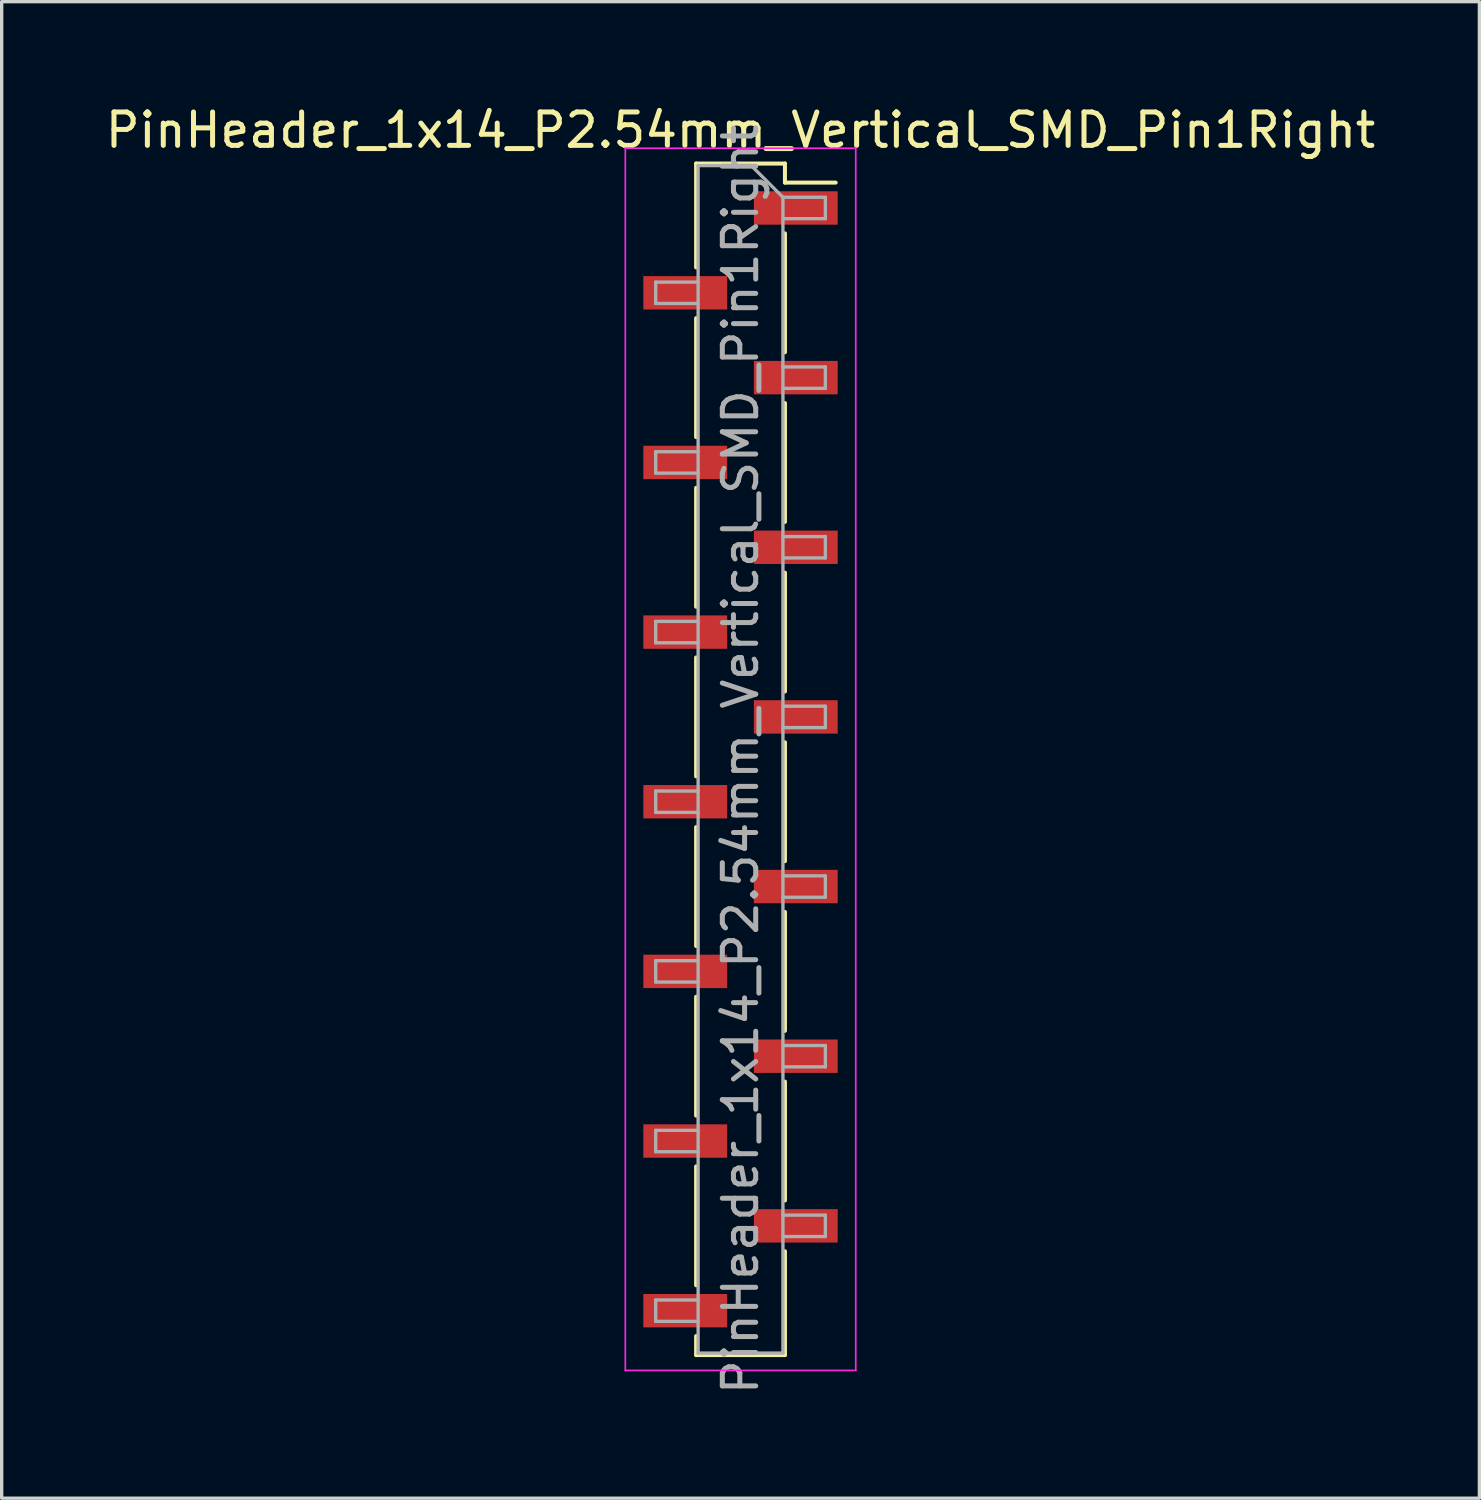
<source format=kicad_pcb>
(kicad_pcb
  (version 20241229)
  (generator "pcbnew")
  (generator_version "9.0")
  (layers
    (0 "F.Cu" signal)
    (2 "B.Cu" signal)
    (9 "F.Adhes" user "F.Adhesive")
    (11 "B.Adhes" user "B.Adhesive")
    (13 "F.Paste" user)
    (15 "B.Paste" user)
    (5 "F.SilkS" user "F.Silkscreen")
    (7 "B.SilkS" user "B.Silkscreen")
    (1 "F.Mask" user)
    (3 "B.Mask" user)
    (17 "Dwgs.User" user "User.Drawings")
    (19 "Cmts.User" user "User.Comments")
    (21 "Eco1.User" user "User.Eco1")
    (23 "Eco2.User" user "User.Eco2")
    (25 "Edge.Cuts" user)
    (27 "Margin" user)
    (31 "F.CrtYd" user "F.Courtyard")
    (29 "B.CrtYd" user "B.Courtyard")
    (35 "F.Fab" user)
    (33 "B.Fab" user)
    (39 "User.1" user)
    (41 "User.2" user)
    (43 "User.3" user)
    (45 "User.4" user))
  (footprint "PinHeader_1x14_P2.54mm_Vertical_SMD_Pin1Right"
    (layer "F.Cu")
    (at 19.125 19.688)
    (property "Reference" "PinHeader_1x14_P2.54mm_Vertical_SMD_Pin1Right" (at 0 -18.84 0) (layer "F.SilkS") (effects (font (size 1 1) (thickness 0.15))))
    (attr smd)
    (fp_line (start -1.33 -17.84) (end -1.33 -14.73) (stroke (width 0.12) (type solid)) (layer "F.SilkS"))
    (fp_line (start -1.33 -17.84) (end 1.33 -17.84) (stroke (width 0.12) (type solid)) (layer "F.SilkS"))
    (fp_line (start -1.33 -13.21) (end -1.33 -9.65) (stroke (width 0.12) (type solid)) (layer "F.SilkS"))
    (fp_line (start -1.33 -8.13) (end -1.33 -4.57) (stroke (width 0.12) (type solid)) (layer "F.SilkS"))
    (fp_line (start -1.33 -3.05) (end -1.33 0.51) (stroke (width 0.12) (type solid)) (layer "F.SilkS"))
    (fp_line (start -1.33 2.03) (end -1.33 5.59) (stroke (width 0.12) (type solid)) (layer "F.SilkS"))
    (fp_line (start -1.33 7.11) (end -1.33 10.67) (stroke (width 0.12) (type solid)) (layer "F.SilkS"))
    (fp_line (start -1.33 12.19) (end -1.33 15.75) (stroke (width 0.12) (type solid)) (layer "F.SilkS"))
    (fp_line (start -1.33 17.27) (end -1.33 17.84) (stroke (width 0.12) (type solid)) (layer "F.SilkS"))
    (fp_line (start -1.33 17.84) (end 1.33 17.84) (stroke (width 0.12) (type solid)) (layer "F.SilkS"))
    (fp_line (start 1.33 -17.84) (end 1.33 -17.27) (stroke (width 0.12) (type solid)) (layer "F.SilkS"))
    (fp_line (start 1.33 -17.27) (end 2.85 -17.27) (stroke (width 0.12) (type solid)) (layer "F.SilkS"))
    (fp_line (start 1.33 -15.75) (end 1.33 -12.19) (stroke (width 0.12) (type solid)) (layer "F.SilkS"))
    (fp_line (start 1.33 -10.67) (end 1.33 -7.11) (stroke (width 0.12) (type solid)) (layer "F.SilkS"))
    (fp_line (start 1.33 -5.59) (end 1.33 -2.03) (stroke (width 0.12) (type solid)) (layer "F.SilkS"))
    (fp_line (start 1.33 -0.51) (end 1.33 3.05) (stroke (width 0.12) (type solid)) (layer "F.SilkS"))
    (fp_line (start 1.33 4.57) (end 1.33 8.13) (stroke (width 0.12) (type solid)) (layer "F.SilkS"))
    (fp_line (start 1.33 9.65) (end 1.33 13.21) (stroke (width 0.12) (type solid)) (layer "F.SilkS"))
    (fp_line (start 1.33 14.73) (end 1.33 17.84) (stroke (width 0.12) (type solid)) (layer "F.SilkS"))
    (fp_line (start -3.45 -18.3) (end -3.45 18.3) (stroke (width 0.05) (type solid)) (layer "F.CrtYd"))
    (fp_line (start -3.45 18.3) (end 3.45 18.3) (stroke (width 0.05) (type solid)) (layer "F.CrtYd"))
    (fp_line (start 3.45 -18.3) (end -3.45 -18.3) (stroke (width 0.05) (type solid)) (layer "F.CrtYd"))
    (fp_line (start 3.45 18.3) (end 3.45 -18.3) (stroke (width 0.05) (type solid)) (layer "F.CrtYd"))
    (fp_line (start -2.54 -14.29) (end -2.54 -13.65) (stroke (width 0.1) (type solid)) (layer "F.Fab"))
    (fp_line (start -2.54 -13.65) (end -1.27 -13.65) (stroke (width 0.1) (type solid)) (layer "F.Fab"))
    (fp_line (start -2.54 -9.21) (end -2.54 -8.57) (stroke (width 0.1) (type solid)) (layer "F.Fab"))
    (fp_line (start -2.54 -8.57) (end -1.27 -8.57) (stroke (width 0.1) (type solid)) (layer "F.Fab"))
    (fp_line (start -2.54 -4.13) (end -2.54 -3.49) (stroke (width 0.1) (type solid)) (layer "F.Fab"))
    (fp_line (start -2.54 -3.49) (end -1.27 -3.49) (stroke (width 0.1) (type solid)) (layer "F.Fab"))
    (fp_line (start -2.54 0.95) (end -2.54 1.59) (stroke (width 0.1) (type solid)) (layer "F.Fab"))
    (fp_line (start -2.54 1.59) (end -1.27 1.59) (stroke (width 0.1) (type solid)) (layer "F.Fab"))
    (fp_line (start -2.54 6.03) (end -2.54 6.67) (stroke (width 0.1) (type solid)) (layer "F.Fab"))
    (fp_line (start -2.54 6.67) (end -1.27 6.67) (stroke (width 0.1) (type solid)) (layer "F.Fab"))
    (fp_line (start -2.54 11.11) (end -2.54 11.75) (stroke (width 0.1) (type solid)) (layer "F.Fab"))
    (fp_line (start -2.54 11.75) (end -1.27 11.75) (stroke (width 0.1) (type solid)) (layer "F.Fab"))
    (fp_line (start -2.54 16.19) (end -2.54 16.83) (stroke (width 0.1) (type solid)) (layer "F.Fab"))
    (fp_line (start -2.54 16.83) (end -1.27 16.83) (stroke (width 0.1) (type solid)) (layer "F.Fab"))
    (fp_line (start -1.27 -17.78) (end -1.27 17.78) (stroke (width 0.1) (type solid)) (layer "F.Fab"))
    (fp_line (start -1.27 -17.78) (end 0.32 -17.78) (stroke (width 0.1) (type solid)) (layer "F.Fab"))
    (fp_line (start -1.27 -14.29) (end -2.54 -14.29) (stroke (width 0.1) (type solid)) (layer "F.Fab"))
    (fp_line (start -1.27 -9.21) (end -2.54 -9.21) (stroke (width 0.1) (type solid)) (layer "F.Fab"))
    (fp_line (start -1.27 -4.13) (end -2.54 -4.13) (stroke (width 0.1) (type solid)) (layer "F.Fab"))
    (fp_line (start -1.27 0.95) (end -2.54 0.95) (stroke (width 0.1) (type solid)) (layer "F.Fab"))
    (fp_line (start -1.27 6.03) (end -2.54 6.03) (stroke (width 0.1) (type solid)) (layer "F.Fab"))
    (fp_line (start -1.27 11.11) (end -2.54 11.11) (stroke (width 0.1) (type solid)) (layer "F.Fab"))
    (fp_line (start -1.27 16.19) (end -2.54 16.19) (stroke (width 0.1) (type solid)) (layer "F.Fab"))
    (fp_line (start 1.27 -16.83) (end 0.32 -17.78) (stroke (width 0.1) (type solid)) (layer "F.Fab"))
    (fp_line (start 1.27 -16.83) (end 2.54 -16.83) (stroke (width 0.1) (type solid)) (layer "F.Fab"))
    (fp_line (start 1.27 -11.75) (end 2.54 -11.75) (stroke (width 0.1) (type solid)) (layer "F.Fab"))
    (fp_line (start 1.27 -6.67) (end 2.54 -6.67) (stroke (width 0.1) (type solid)) (layer "F.Fab"))
    (fp_line (start 1.27 -1.59) (end 2.54 -1.59) (stroke (width 0.1) (type solid)) (layer "F.Fab"))
    (fp_line (start 1.27 3.49) (end 2.54 3.49) (stroke (width 0.1) (type solid)) (layer "F.Fab"))
    (fp_line (start 1.27 8.57) (end 2.54 8.57) (stroke (width 0.1) (type solid)) (layer "F.Fab"))
    (fp_line (start 1.27 13.65) (end 2.54 13.65) (stroke (width 0.1) (type solid)) (layer "F.Fab"))
    (fp_line (start 1.27 17.78) (end -1.27 17.78) (stroke (width 0.1) (type solid)) (layer "F.Fab"))
    (fp_line (start 1.27 17.78) (end 1.27 -16.83) (stroke (width 0.1) (type solid)) (layer "F.Fab"))
    (fp_line (start 2.54 -16.83) (end 2.54 -16.19) (stroke (width 0.1) (type solid)) (layer "F.Fab"))
    (fp_line (start 2.54 -16.19) (end 1.27 -16.19) (stroke (width 0.1) (type solid)) (layer "F.Fab"))
    (fp_line (start 2.54 -11.75) (end 2.54 -11.11) (stroke (width 0.1) (type solid)) (layer "F.Fab"))
    (fp_line (start 2.54 -11.11) (end 1.27 -11.11) (stroke (width 0.1) (type solid)) (layer "F.Fab"))
    (fp_line (start 2.54 -6.67) (end 2.54 -6.03) (stroke (width 0.1) (type solid)) (layer "F.Fab"))
    (fp_line (start 2.54 -6.03) (end 1.27 -6.03) (stroke (width 0.1) (type solid)) (layer "F.Fab"))
    (fp_line (start 2.54 -1.59) (end 2.54 -0.95) (stroke (width 0.1) (type solid)) (layer "F.Fab"))
    (fp_line (start 2.54 -0.95) (end 1.27 -0.95) (stroke (width 0.1) (type solid)) (layer "F.Fab"))
    (fp_line (start 2.54 3.49) (end 2.54 4.13) (stroke (width 0.1) (type solid)) (layer "F.Fab"))
    (fp_line (start 2.54 4.13) (end 1.27 4.13) (stroke (width 0.1) (type solid)) (layer "F.Fab"))
    (fp_line (start 2.54 8.57) (end 2.54 9.21) (stroke (width 0.1) (type solid)) (layer "F.Fab"))
    (fp_line (start 2.54 9.21) (end 1.27 9.21) (stroke (width 0.1) (type solid)) (layer "F.Fab"))
    (fp_line (start 2.54 13.65) (end 2.54 14.29) (stroke (width 0.1) (type solid)) (layer "F.Fab"))
    (fp_line (start 2.54 14.29) (end 1.27 14.29) (stroke (width 0.1) (type solid)) (layer "F.Fab"))
    (fp_text user "${REFERENCE}" (at 0 0 90) (layer "F.Fab") (effects (font (size 1 1) (thickness 0.15))))
    (pad "1" smd rect (at 1.655 -16.51) (size 2.51 1) (layers "F.Cu" "F.Mask" "F.Paste"))
    (pad "2" smd rect (at -1.655 -13.97) (size 2.51 1) (layers "F.Cu" "F.Mask" "F.Paste"))
    (pad "3" smd rect (at 1.655 -11.43) (size 2.51 1) (layers "F.Cu" "F.Mask" "F.Paste"))
    (pad "4" smd rect (at -1.655 -8.89) (size 2.51 1) (layers "F.Cu" "F.Mask" "F.Paste"))
    (pad "5" smd rect (at 1.655 -6.35) (size 2.51 1) (layers "F.Cu" "F.Mask" "F.Paste"))
    (pad "6" smd rect (at -1.655 -3.81) (size 2.51 1) (layers "F.Cu" "F.Mask" "F.Paste"))
    (pad "7" smd rect (at 1.655 -1.27) (size 2.51 1) (layers "F.Cu" "F.Mask" "F.Paste"))
    (pad "8" smd rect (at -1.655 1.27) (size 2.51 1) (layers "F.Cu" "F.Mask" "F.Paste"))
    (pad "9" smd rect (at 1.655 3.81) (size 2.51 1) (layers "F.Cu" "F.Mask" "F.Paste"))
    (pad "10" smd rect (at -1.655 6.35) (size 2.51 1) (layers "F.Cu" "F.Mask" "F.Paste"))
    (pad "11" smd rect (at 1.655 8.89) (size 2.51 1) (layers "F.Cu" "F.Mask" "F.Paste"))
    (pad "12" smd rect (at -1.655 11.43) (size 2.51 1) (layers "F.Cu" "F.Mask" "F.Paste"))
    (pad "13" smd rect (at 1.655 13.97) (size 2.51 1) (layers "F.Cu" "F.Mask" "F.Paste"))
    (pad "14" smd rect (at -1.655 16.51) (size 2.51 1) (layers "F.Cu" "F.Mask" "F.Paste")))
  (gr_rect
    (start -3 -3)
    (end 41.25 41.813)
    (stroke (width 0.1) (type default))
    (fill no)
    (layer "Edge.Cuts")))
</source>
